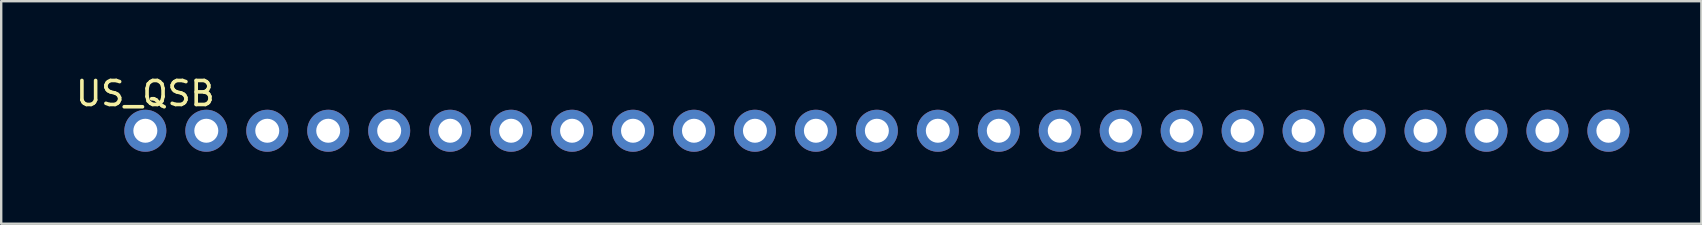
<source format=kicad_pcb>
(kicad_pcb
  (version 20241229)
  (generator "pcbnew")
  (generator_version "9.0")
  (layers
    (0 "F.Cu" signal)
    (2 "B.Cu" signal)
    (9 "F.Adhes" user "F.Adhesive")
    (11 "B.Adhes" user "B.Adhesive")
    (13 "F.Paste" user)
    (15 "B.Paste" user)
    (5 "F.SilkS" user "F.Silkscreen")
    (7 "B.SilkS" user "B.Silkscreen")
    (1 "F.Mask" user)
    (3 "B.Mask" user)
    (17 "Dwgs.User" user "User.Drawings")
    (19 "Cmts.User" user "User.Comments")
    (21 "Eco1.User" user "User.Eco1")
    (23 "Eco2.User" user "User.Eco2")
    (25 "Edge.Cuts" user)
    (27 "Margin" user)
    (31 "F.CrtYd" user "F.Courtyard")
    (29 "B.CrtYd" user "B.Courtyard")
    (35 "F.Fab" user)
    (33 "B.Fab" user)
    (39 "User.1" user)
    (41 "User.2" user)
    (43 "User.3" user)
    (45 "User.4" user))
  (footprint "US_QSB"
    (layer "F.Cu")
    (at 3.006 2.398)
    (property "Reference" "US_QSB" (at 0 -1.55 0) (layer "F.SilkS") (effects (font (size 1 1) (thickness 0.15))))
    (attr through_hole)
    (pad "1" thru_hole circle (at 0 0) (size 1.75 1.75) (drill 1) (layers "*.Cu" "*.Mask"))
    (pad "2" thru_hole circle (at 2.54 0) (size 1.75 1.75) (drill 1) (layers "*.Cu" "*.Mask"))
    (pad "3" thru_hole circle (at 5.08 0) (size 1.75 1.75) (drill 1) (layers "*.Cu" "*.Mask"))
    (pad "4" thru_hole circle (at 7.62 0) (size 1.75 1.75) (drill 1) (layers "*.Cu" "*.Mask"))
    (pad "5" thru_hole circle (at 10.16 0) (size 1.75 1.75) (drill 1) (layers "*.Cu" "*.Mask"))
    (pad "6" thru_hole circle (at 12.7 0) (size 1.75 1.75) (drill 1) (layers "*.Cu" "*.Mask"))
    (pad "7" thru_hole circle (at 15.24 0) (size 1.75 1.75) (drill 1) (layers "*.Cu" "*.Mask"))
    (pad "8" thru_hole circle (at 17.78 0) (size 1.75 1.75) (drill 1) (layers "*.Cu" "*.Mask"))
    (pad "9" thru_hole circle (at 20.32 0) (size 1.75 1.75) (drill 1) (layers "*.Cu" "*.Mask"))
    (pad "10" thru_hole circle (at 22.86 0) (size 1.75 1.75) (drill 1) (layers "*.Cu" "*.Mask"))
    (pad "11" thru_hole circle (at 25.4 0) (size 1.75 1.75) (drill 1) (layers "*.Cu" "*.Mask"))
    (pad "12" thru_hole circle (at 27.94 0) (size 1.75 1.75) (drill 1) (layers "*.Cu" "*.Mask"))
    (pad "13" thru_hole circle (at 30.48 0) (size 1.75 1.75) (drill 1) (layers "*.Cu" "*.Mask"))
    (pad "14" thru_hole circle (at 33.02 0) (size 1.75 1.75) (drill 1) (layers "*.Cu" "*.Mask"))
    (pad "15" thru_hole circle (at 35.56 0) (size 1.75 1.75) (drill 1) (layers "*.Cu" "*.Mask"))
    (pad "16" thru_hole circle (at 38.1 0) (size 1.75 1.75) (drill 1) (layers "*.Cu" "*.Mask"))
    (pad "17" thru_hole circle (at 40.64 0) (size 1.75 1.75) (drill 1) (layers "*.Cu" "*.Mask"))
    (pad "18" thru_hole circle (at 43.18 0) (size 1.75 1.75) (drill 1) (layers "*.Cu" "*.Mask"))
    (pad "19" thru_hole circle (at 45.72 0) (size 1.75 1.75) (drill 1) (layers "*.Cu" "*.Mask"))
    (pad "20" thru_hole circle (at 48.26 0) (size 1.75 1.75) (drill 1) (layers "*.Cu" "*.Mask"))
    (pad "21" thru_hole circle (at 50.8 0) (size 1.75 1.75) (drill 1) (layers "*.Cu" "*.Mask"))
    (pad "22" thru_hole circle (at 53.34 0) (size 1.75 1.75) (drill 1) (layers "*.Cu" "*.Mask"))
    (pad "23" thru_hole circle (at 55.88 0) (size 1.75 1.75) (drill 1) (layers "*.Cu" "*.Mask"))
    (pad "24" thru_hole circle (at 58.42 0) (size 1.75 1.75) (drill 1) (layers "*.Cu" "*.Mask"))
    (pad "25" thru_hole circle (at 60.96 0) (size 1.75 1.75) (drill 1) (layers "*.Cu" "*.Mask")))
  (gr_rect
    (start -3 -3)
    (end 67.841 6.273)
    (stroke (width 0.1) (type default))
    (fill no)
    (layer "Edge.Cuts")))
</source>
